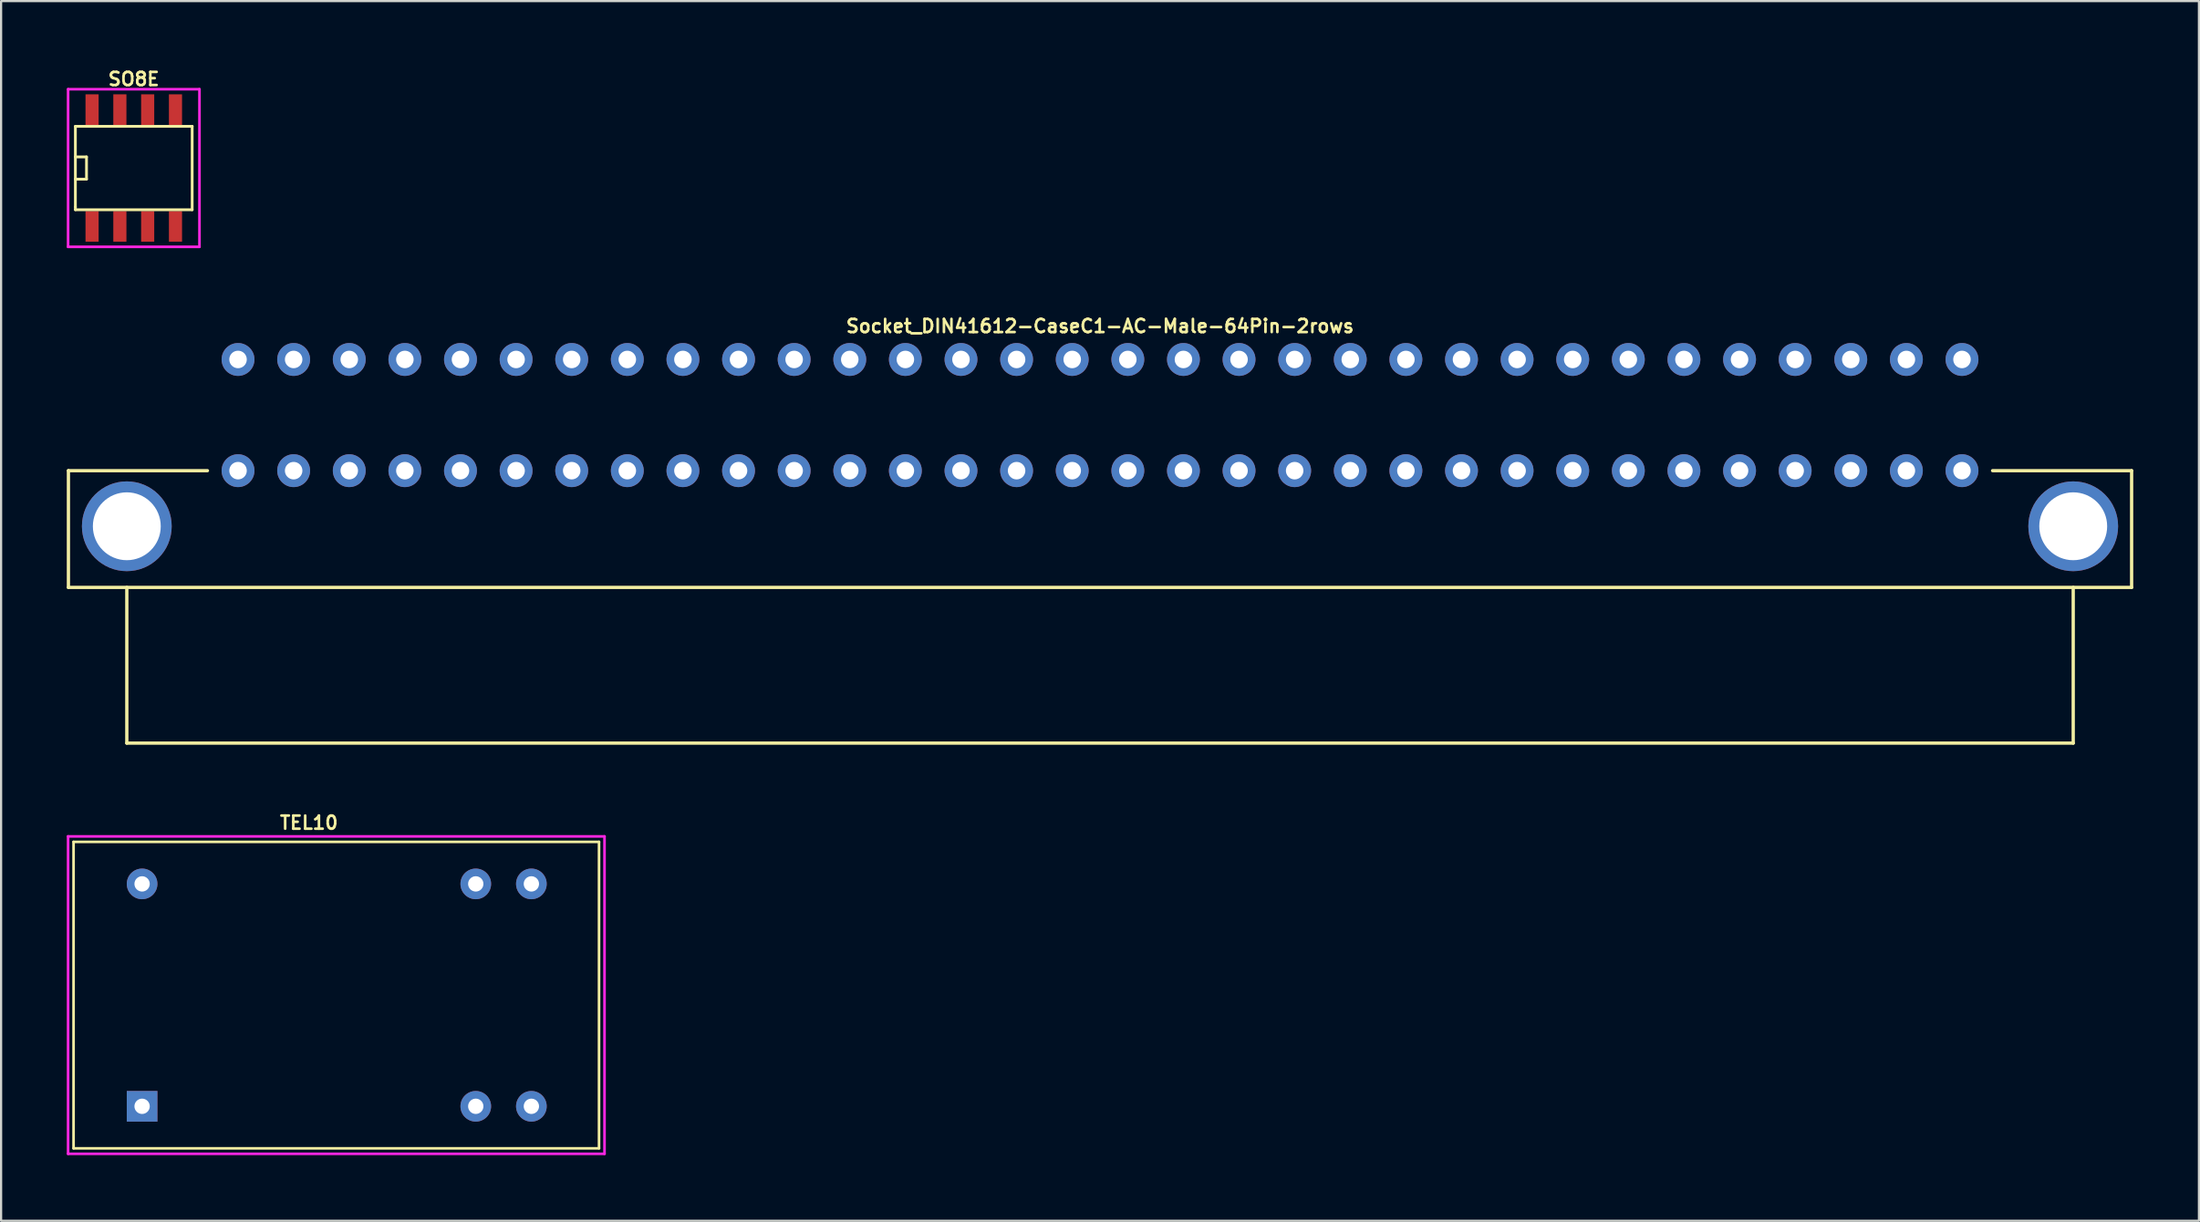
<source format=kicad_pcb>
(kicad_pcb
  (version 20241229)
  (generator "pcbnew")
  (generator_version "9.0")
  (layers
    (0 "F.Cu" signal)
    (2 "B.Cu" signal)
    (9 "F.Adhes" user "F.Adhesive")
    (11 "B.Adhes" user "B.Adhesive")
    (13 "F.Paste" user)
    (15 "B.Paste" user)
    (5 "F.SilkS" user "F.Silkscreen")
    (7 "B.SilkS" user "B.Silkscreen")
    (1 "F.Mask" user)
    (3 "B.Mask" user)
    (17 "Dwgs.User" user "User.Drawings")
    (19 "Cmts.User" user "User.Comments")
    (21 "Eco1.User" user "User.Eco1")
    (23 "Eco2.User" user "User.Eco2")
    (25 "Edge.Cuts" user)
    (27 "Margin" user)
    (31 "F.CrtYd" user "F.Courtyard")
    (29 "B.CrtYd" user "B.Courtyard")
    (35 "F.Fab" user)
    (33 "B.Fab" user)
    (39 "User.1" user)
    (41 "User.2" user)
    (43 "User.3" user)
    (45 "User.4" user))
  (footprint "SO8E"
    (layer "F.Cu")
    (at 3.06 4.626)
    (property "Reference" "SO8E" (at 0 -4.064 0) (layer "F.SilkS") (effects (font (size 0.6 0.6) (thickness 0.12))))
    (attr smd)
    (fp_line (start -2.667 -1.905) (end -2.667 1.778) (stroke (width 0.127) (type solid)) (layer "F.SilkS"))
    (fp_line (start -2.667 -0.508) (end -2.159 -0.508) (stroke (width 0.127) (type solid)) (layer "F.SilkS"))
    (fp_line (start -2.667 1.778) (end -2.667 1.905) (stroke (width 0.127) (type solid)) (layer "F.SilkS"))
    (fp_line (start -2.667 1.905) (end 2.667 1.905) (stroke (width 0.127) (type solid)) (layer "F.SilkS"))
    (fp_line (start -2.159 -0.508) (end -2.159 0.508) (stroke (width 0.127) (type solid)) (layer "F.SilkS"))
    (fp_line (start -2.159 0.508) (end -2.667 0.508) (stroke (width 0.127) (type solid)) (layer "F.SilkS"))
    (fp_line (start 2.667 -1.905) (end -2.667 -1.905) (stroke (width 0.127) (type solid)) (layer "F.SilkS"))
    (fp_line (start 2.667 -1.905) (end 2.667 1.905) (stroke (width 0.127) (type solid)) (layer "F.SilkS"))
    (fp_line (start -3 -3.6) (end 3 -3.6) (stroke (width 0.12) (type solid)) (layer "F.CrtYd"))
    (fp_line (start -3 3.6) (end -3 -3.6) (stroke (width 0.12) (type solid)) (layer "F.CrtYd"))
    (fp_line (start 3 -3.6) (end 3 3.6) (stroke (width 0.12) (type solid)) (layer "F.CrtYd"))
    (fp_line (start 3 3.6) (end -3 3.6) (stroke (width 0.12) (type solid)) (layer "F.CrtYd"))
    (pad "1" smd rect (at -1.905 2.667) (size 0.599 1.4) (layers "F.Cu" "F.Mask" "F.Paste"))
    (pad "2" smd rect (at -0.635 2.667) (size 0.599 1.4) (layers "F.Cu" "F.Mask" "F.Paste"))
    (pad "3" smd rect (at 0.635 2.667) (size 0.599 1.4) (layers "F.Cu" "F.Mask" "F.Paste"))
    (pad "4" smd rect (at 1.905 2.667) (size 0.599 1.4) (layers "F.Cu" "F.Mask" "F.Paste"))
    (pad "5" smd rect (at 1.905 -2.667) (size 0.599 1.4) (layers "F.Cu" "F.Mask" "F.Paste"))
    (pad "6" smd rect (at 0.635 -2.667) (size 0.599 1.4) (layers "F.Cu" "F.Mask" "F.Paste"))
    (pad "7" smd rect (at -0.635 -2.667) (size 0.599 1.4) (layers "F.Cu" "F.Mask" "F.Paste"))
    (pad "8" smd rect (at -1.905 -2.667) (size 0.599 1.4) (layers "F.Cu" "F.Mask" "F.Paste")))
  (footprint "Socket_DIN41612-CaseC1-AC-Male-64Pin-2rows"
    (layer "F.Cu")
    (at 47.192 15.911)
    (property "Reference" "Socket_DIN41612-CaseC1-AC-Male-64Pin-2rows" (at 0 -4.064 0) (layer "F.SilkS") (effects (font (size 0.6 0.6) (thickness 0.12))))
    (attr through_hole)
    (fp_line (start -47.117 2.54) (end -40.767 2.54) (stroke (width 0.15) (type solid)) (layer "F.SilkS"))
    (fp_line (start -47.117 7.874) (end -47.117 2.54) (stroke (width 0.15) (type solid)) (layer "F.SilkS"))
    (fp_line (start -44.45 14.986) (end -44.45 7.874) (stroke (width 0.15) (type solid)) (layer "F.SilkS"))
    (fp_line (start 44.45 7.874) (end 44.45 14.986) (stroke (width 0.15) (type solid)) (layer "F.SilkS"))
    (fp_line (start 44.45 14.986) (end -44.45 14.986) (stroke (width 0.15) (type solid)) (layer "F.SilkS"))
    (fp_line (start 47.117 2.54) (end 40.767 2.54) (stroke (width 0.15) (type solid)) (layer "F.SilkS"))
    (fp_line (start 47.117 2.54) (end 47.117 7.874) (stroke (width 0.15) (type solid)) (layer "F.SilkS"))
    (fp_line (start 47.117 7.874) (end -47.117 7.874) (stroke (width 0.15) (type solid)) (layer "F.SilkS"))
    (pad "1" thru_hole circle (at -44.45 5.08) (size 4.1 4.1) (drill 3.1) (layers "*.Cu" "*.Mask"))
    (pad "1" thru_hole circle (at 44.45 5.08) (size 4.1 4.1) (drill 3.1) (layers "*.Cu" "*.Mask"))
    (pad "A1" thru_hole circle (at 39.37 -2.54 180) (size 1.501 1.501) (drill 0.8) (layers "*.Cu" "*.Mask"))
    (pad "A2" thru_hole circle (at 36.83 -2.54 180) (size 1.501 1.501) (drill 0.8) (layers "*.Cu" "*.Mask"))
    (pad "A3" thru_hole circle (at 34.29 -2.54 180) (size 1.501 1.501) (drill 0.8) (layers "*.Cu" "*.Mask"))
    (pad "A4" thru_hole circle (at 31.75 -2.54 180) (size 1.501 1.501) (drill 0.8) (layers "*.Cu" "*.Mask"))
    (pad "A5" thru_hole circle (at 29.21 -2.54 180) (size 1.501 1.501) (drill 0.8) (layers "*.Cu" "*.Mask"))
    (pad "A6" thru_hole circle (at 26.67 -2.54 180) (size 1.501 1.501) (drill 0.8) (layers "*.Cu" "*.Mask"))
    (pad "A7" thru_hole circle (at 24.13 -2.54 180) (size 1.501 1.501) (drill 0.8) (layers "*.Cu" "*.Mask"))
    (pad "A8" thru_hole circle (at 21.59 -2.54 180) (size 1.501 1.501) (drill 0.8) (layers "*.Cu" "*.Mask"))
    (pad "A9" thru_hole circle (at 19.05 -2.54 180) (size 1.501 1.501) (drill 0.8) (layers "*.Cu" "*.Mask"))
    (pad "A10" thru_hole circle (at 16.51 -2.54 180) (size 1.501 1.501) (drill 0.8) (layers "*.Cu" "*.Mask"))
    (pad "A11" thru_hole circle (at 13.97 -2.54 180) (size 1.501 1.501) (drill 0.8) (layers "*.Cu" "*.Mask"))
    (pad "A12" thru_hole circle (at 11.43 -2.54 180) (size 1.501 1.501) (drill 0.8) (layers "*.Cu" "*.Mask"))
    (pad "A13" thru_hole circle (at 8.89 -2.54 180) (size 1.501 1.501) (drill 0.8) (layers "*.Cu" "*.Mask"))
    (pad "A14" thru_hole circle (at 6.35 -2.54 180) (size 1.501 1.501) (drill 0.8) (layers "*.Cu" "*.Mask"))
    (pad "A15" thru_hole circle (at 3.81 -2.54 180) (size 1.501 1.501) (drill 0.8) (layers "*.Cu" "*.Mask"))
    (pad "A16" thru_hole circle (at 1.27 -2.54 180) (size 1.501 1.501) (drill 0.8) (layers "*.Cu" "*.Mask"))
    (pad "A17" thru_hole circle (at -1.27 -2.54 180) (size 1.501 1.501) (drill 0.8) (layers "*.Cu" "*.Mask"))
    (pad "A18" thru_hole circle (at -3.81 -2.54 180) (size 1.501 1.501) (drill 0.8) (layers "*.Cu" "*.Mask"))
    (pad "A19" thru_hole circle (at -6.35 -2.54 180) (size 1.501 1.501) (drill 0.8) (layers "*.Cu" "*.Mask"))
    (pad "A20" thru_hole circle (at -8.89 -2.54 180) (size 1.501 1.501) (drill 0.8) (layers "*.Cu" "*.Mask"))
    (pad "A21" thru_hole circle (at -11.43 -2.54 180) (size 1.501 1.501) (drill 0.8) (layers "*.Cu" "*.Mask"))
    (pad "A22" thru_hole circle (at -13.97 -2.54 180) (size 1.501 1.501) (drill 0.8) (layers "*.Cu" "*.Mask"))
    (pad "A23" thru_hole circle (at -16.51 -2.54 180) (size 1.501 1.501) (drill 0.8) (layers "*.Cu" "*.Mask"))
    (pad "A24" thru_hole circle (at -19.05 -2.54 180) (size 1.501 1.501) (drill 0.8) (layers "*.Cu" "*.Mask"))
    (pad "A25" thru_hole circle (at -21.59 -2.54 180) (size 1.501 1.501) (drill 0.8) (layers "*.Cu" "*.Mask"))
    (pad "A26" thru_hole circle (at -24.13 -2.54 180) (size 1.501 1.501) (drill 0.8) (layers "*.Cu" "*.Mask"))
    (pad "A27" thru_hole circle (at -26.67 -2.54 180) (size 1.501 1.501) (drill 0.8) (layers "*.Cu" "*.Mask"))
    (pad "A28" thru_hole circle (at -29.21 -2.54 180) (size 1.501 1.501) (drill 0.8) (layers "*.Cu" "*.Mask"))
    (pad "A29" thru_hole circle (at -31.75 -2.54 180) (size 1.501 1.501) (drill 0.8) (layers "*.Cu" "*.Mask"))
    (pad "A30" thru_hole circle (at -34.29 -2.54 180) (size 1.501 1.501) (drill 0.8) (layers "*.Cu" "*.Mask"))
    (pad "A31" thru_hole circle (at -36.83 -2.54 180) (size 1.501 1.501) (drill 0.8) (layers "*.Cu" "*.Mask"))
    (pad "A32" thru_hole circle (at -39.37 -2.54 180) (size 1.501 1.501) (drill 0.8) (layers "*.Cu" "*.Mask"))
    (pad "C1" thru_hole circle (at 39.37 2.54 180) (size 1.501 1.501) (drill 0.8) (layers "*.Cu" "*.Mask"))
    (pad "C2" thru_hole circle (at 36.83 2.54 180) (size 1.501 1.501) (drill 0.8) (layers "*.Cu" "*.Mask"))
    (pad "C3" thru_hole circle (at 34.29 2.54 180) (size 1.501 1.501) (drill 0.8) (layers "*.Cu" "*.Mask"))
    (pad "C4" thru_hole circle (at 31.75 2.54 180) (size 1.501 1.501) (drill 0.8) (layers "*.Cu" "*.Mask"))
    (pad "C5" thru_hole circle (at 29.21 2.54 180) (size 1.501 1.501) (drill 0.8) (layers "*.Cu" "*.Mask"))
    (pad "C6" thru_hole circle (at 26.67 2.54 180) (size 1.501 1.501) (drill 0.8) (layers "*.Cu" "*.Mask"))
    (pad "C7" thru_hole circle (at 24.13 2.54 180) (size 1.501 1.501) (drill 0.8) (layers "*.Cu" "*.Mask"))
    (pad "C8" thru_hole circle (at 21.59 2.54 180) (size 1.501 1.501) (drill 0.8) (layers "*.Cu" "*.Mask"))
    (pad "C9" thru_hole circle (at 19.05 2.54 180) (size 1.501 1.501) (drill 0.8) (layers "*.Cu" "*.Mask"))
    (pad "C10" thru_hole circle (at 16.51 2.54 180) (size 1.501 1.501) (drill 0.8) (layers "*.Cu" "*.Mask"))
    (pad "C11" thru_hole circle (at 13.97 2.54 180) (size 1.501 1.501) (drill 0.8) (layers "*.Cu" "*.Mask"))
    (pad "C12" thru_hole circle (at 11.43 2.54 180) (size 1.501 1.501) (drill 0.8) (layers "*.Cu" "*.Mask"))
    (pad "C13" thru_hole circle (at 8.89 2.54 180) (size 1.501 1.501) (drill 0.8) (layers "*.Cu" "*.Mask"))
    (pad "C14" thru_hole circle (at 6.35 2.54 180) (size 1.501 1.501) (drill 0.8) (layers "*.Cu" "*.Mask"))
    (pad "C15" thru_hole circle (at 3.81 2.54 180) (size 1.501 1.501) (drill 0.8) (layers "*.Cu" "*.Mask"))
    (pad "C16" thru_hole circle (at 1.27 2.54 180) (size 1.501 1.501) (drill 0.8) (layers "*.Cu" "*.Mask"))
    (pad "C17" thru_hole circle (at -1.27 2.54 180) (size 1.501 1.501) (drill 0.8) (layers "*.Cu" "*.Mask"))
    (pad "C18" thru_hole circle (at -3.81 2.54 180) (size 1.501 1.501) (drill 0.8) (layers "*.Cu" "*.Mask"))
    (pad "C19" thru_hole circle (at -6.35 2.54 180) (size 1.501 1.501) (drill 0.8) (layers "*.Cu" "*.Mask"))
    (pad "C20" thru_hole circle (at -8.89 2.54 180) (size 1.501 1.501) (drill 0.8) (layers "*.Cu" "*.Mask"))
    (pad "C21" thru_hole circle (at -11.43 2.54 180) (size 1.501 1.501) (drill 0.8) (layers "*.Cu" "*.Mask"))
    (pad "C22" thru_hole circle (at -13.97 2.54 180) (size 1.501 1.501) (drill 0.8) (layers "*.Cu" "*.Mask"))
    (pad "C23" thru_hole circle (at -16.51 2.54 180) (size 1.501 1.501) (drill 0.8) (layers "*.Cu" "*.Mask"))
    (pad "C24" thru_hole circle (at -19.05 2.54 180) (size 1.501 1.501) (drill 0.8) (layers "*.Cu" "*.Mask"))
    (pad "C25" thru_hole circle (at -21.59 2.54 180) (size 1.501 1.501) (drill 0.8) (layers "*.Cu" "*.Mask"))
    (pad "C26" thru_hole circle (at -24.13 2.54 180) (size 1.501 1.501) (drill 0.8) (layers "*.Cu" "*.Mask"))
    (pad "C27" thru_hole circle (at -26.67 2.54 180) (size 1.501 1.501) (drill 0.8) (layers "*.Cu" "*.Mask"))
    (pad "C28" thru_hole circle (at -29.21 2.54 180) (size 1.501 1.501) (drill 0.8) (layers "*.Cu" "*.Mask"))
    (pad "C29" thru_hole circle (at -31.75 2.54 180) (size 1.501 1.501) (drill 0.8) (layers "*.Cu" "*.Mask"))
    (pad "C30" thru_hole circle (at -34.29 2.54 180) (size 1.501 1.501) (drill 0.8) (layers "*.Cu" "*.Mask"))
    (pad "C31" thru_hole circle (at -36.83 2.54 180) (size 1.501 1.501) (drill 0.8) (layers "*.Cu" "*.Mask"))
    (pad "C32" thru_hole circle (at -39.37 2.54 180) (size 1.501 1.501) (drill 0.8) (layers "*.Cu" "*.Mask")))
  (footprint "TEL10"
    (layer "F.Cu")
    (at 11.06 42.408)
    (property "Reference" "TEL10" (at 0 -7.874 0) (layer "F.SilkS") (effects (font (size 0.6 0.6) (thickness 0.12))))
    (attr through_hole)
    (fp_line (start -10.75 -7) (end -10.75 7) (stroke (width 0.12) (type solid)) (layer "F.SilkS"))
    (fp_line (start -10.75 7) (end 13.25 7) (stroke (width 0.12) (type solid)) (layer "F.SilkS"))
    (fp_line (start 13.25 -7) (end -10.75 -7) (stroke (width 0.12) (type solid)) (layer "F.SilkS"))
    (fp_line (start 13.25 7) (end 13.25 -7) (stroke (width 0.12) (type solid)) (layer "F.SilkS"))
    (fp_line (start -11 -7.25) (end 13.5 -7.25) (stroke (width 0.12) (type solid)) (layer "F.CrtYd"))
    (fp_line (start -11 7.25) (end -11 -7.25) (stroke (width 0.12) (type solid)) (layer "F.CrtYd"))
    (fp_line (start 13.5 -7.25) (end 13.5 7.25) (stroke (width 0.12) (type solid)) (layer "F.CrtYd"))
    (fp_line (start 13.5 7.25) (end -11 7.25) (stroke (width 0.12) (type solid)) (layer "F.CrtYd"))
    (pad "1" thru_hole rect (at -7.62 5.08) (size 1.4 1.4) (drill 0.7) (layers "*.Cu" "*.Mask"))
    (pad "7" thru_hole circle (at 7.62 5.08) (size 1.4 1.4) (drill 0.7) (layers "*.Cu" "*.Mask"))
    (pad "8" thru_hole circle (at 10.16 5.08) (size 1.4 1.4) (drill 0.7) (layers "*.Cu" "*.Mask"))
    (pad "9" thru_hole circle (at 10.16 -5.08) (size 1.4 1.4) (drill 0.7) (layers "*.Cu" "*.Mask"))
    (pad "10" thru_hole circle (at 7.62 -5.08) (size 1.4 1.4) (drill 0.7) (layers "*.Cu" "*.Mask"))
    (pad "16" thru_hole circle (at -7.62 -5.08) (size 1.4 1.4) (drill 0.7) (layers "*.Cu" "*.Mask")))
  (gr_rect
    (start -3 -3)
    (end 97.384 52.718)
    (stroke (width 0.1) (type default))
    (fill no)
    (layer "Edge.Cuts")))
</source>
